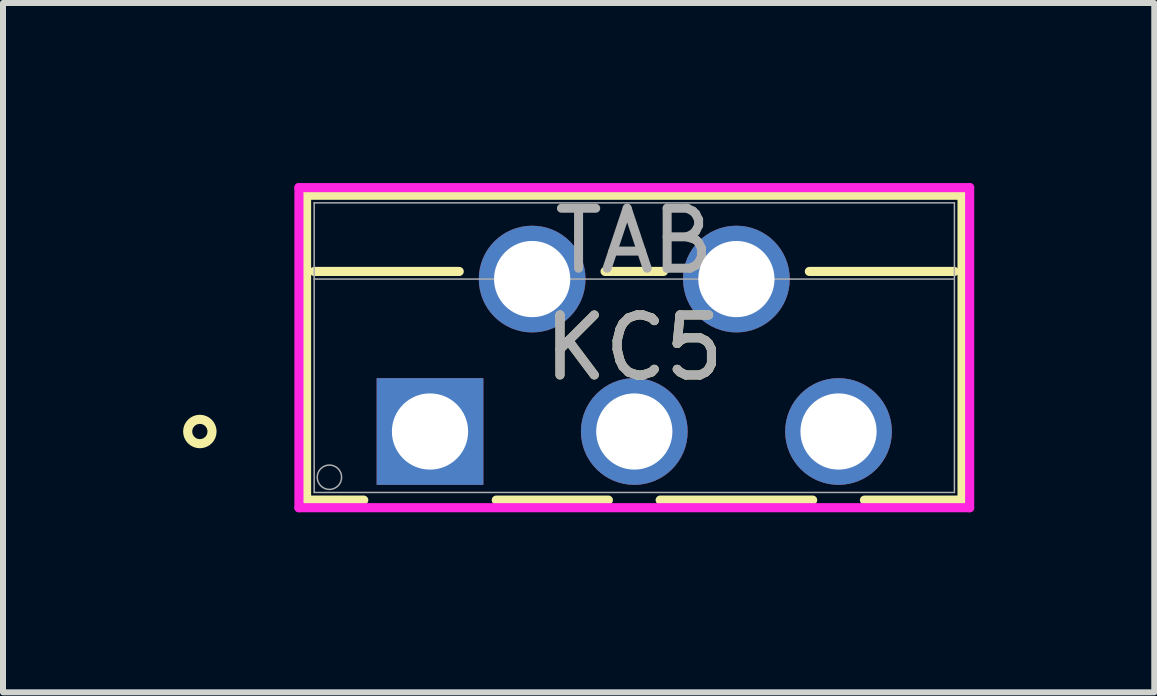
<source format=kicad_pcb>
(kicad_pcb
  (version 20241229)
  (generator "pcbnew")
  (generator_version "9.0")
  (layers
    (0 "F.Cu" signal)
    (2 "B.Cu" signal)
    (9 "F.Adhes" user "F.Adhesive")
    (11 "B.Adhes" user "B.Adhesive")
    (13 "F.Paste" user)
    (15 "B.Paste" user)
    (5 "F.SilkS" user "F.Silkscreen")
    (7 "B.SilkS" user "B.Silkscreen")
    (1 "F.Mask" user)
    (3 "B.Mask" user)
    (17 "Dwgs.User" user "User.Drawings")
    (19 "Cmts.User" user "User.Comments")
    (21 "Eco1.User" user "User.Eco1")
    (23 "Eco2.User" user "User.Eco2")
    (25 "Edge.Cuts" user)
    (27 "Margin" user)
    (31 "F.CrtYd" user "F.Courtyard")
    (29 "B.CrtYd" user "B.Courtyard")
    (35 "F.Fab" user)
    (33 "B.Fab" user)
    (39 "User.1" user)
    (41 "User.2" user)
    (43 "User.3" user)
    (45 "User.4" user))
  (footprint "KC5"
    (layer "F.Cu")
    (at 4.115 4.14)
    (property "Reference" "KC5" (at 3.404 -1.397 0) (unlocked yes) (layer "F.SilkS") (effects (font (size 1 1) (thickness 0.15))))
    (attr through_hole)
    (fp_line (start -2.057 -3.937) (end -2.057 1.143) (stroke (width 0.152) (type solid)) (layer "F.SilkS"))
    (fp_line (start -2.057 1.143) (end -1.104 1.143) (stroke (width 0.152) (type solid)) (layer "F.SilkS"))
    (fp_line (start -1.93 -2.667) (end 0.487 -2.667) (stroke (width 0.152) (type solid)) (layer "F.SilkS"))
    (fp_line (start 1.104 1.143) (end 2.972 1.143) (stroke (width 0.152) (type solid)) (layer "F.SilkS"))
    (fp_line (start 2.917 -2.667) (end 3.89 -2.667) (stroke (width 0.152) (type solid)) (layer "F.SilkS"))
    (fp_line (start 3.835 1.143) (end 6.376 1.143) (stroke (width 0.152) (type solid)) (layer "F.SilkS"))
    (fp_line (start 6.321 -2.667) (end 8.738 -2.667) (stroke (width 0.152) (type solid)) (layer "F.SilkS"))
    (fp_line (start 7.239 1.143) (end 8.865 1.143) (stroke (width 0.152) (type solid)) (layer "F.SilkS"))
    (fp_line (start 8.865 -3.937) (end -2.057 -3.937) (stroke (width 0.152) (type solid)) (layer "F.SilkS"))
    (fp_line (start 8.865 1.143) (end 8.865 -3.937) (stroke (width 0.152) (type solid)) (layer "F.SilkS"))
    (fp_circle (center -3.835 0) (end -3.632 0) (stroke (width 0.152) (type solid)) (fill no) (layer "F.SilkS"))
    (fp_line (start -2.184 -4.064) (end -2.184 1.27) (stroke (width 0.152) (type solid)) (layer "F.CrtYd"))
    (fp_line (start -2.184 1.27) (end 8.992 1.27) (stroke (width 0.152) (type solid)) (layer "F.CrtYd"))
    (fp_line (start 8.992 -4.064) (end -2.184 -4.064) (stroke (width 0.152) (type solid)) (layer "F.CrtYd"))
    (fp_line (start 8.992 1.27) (end 8.992 -4.064) (stroke (width 0.152) (type solid)) (layer "F.CrtYd"))
    (fp_line (start -1.93 -3.81) (end -1.93 1.016) (stroke (width 0.025) (type solid)) (layer "F.Fab"))
    (fp_line (start -1.93 -2.54) (end 8.738 -2.54) (stroke (width 0.025) (type solid)) (layer "F.Fab"))
    (fp_line (start -1.93 1.016) (end 8.738 1.016) (stroke (width 0.025) (type solid)) (layer "F.Fab"))
    (fp_line (start 8.738 -3.81) (end -1.93 -3.81) (stroke (width 0.025) (type solid)) (layer "F.Fab"))
    (fp_line (start 8.738 1.016) (end 8.738 -3.81) (stroke (width 0.025) (type solid)) (layer "F.Fab"))
    (fp_circle (center -1.676 0.762) (end -1.473 0.762) (stroke (width 0.025) (type solid)) (fill no) (layer "F.Fab"))
    (fp_text user "${REFERENCE}" (at 3.404 -1.397 0) (unlocked yes) (layer "F.Fab") (effects (font (size 1 1) (thickness 0.15))))
    (fp_text user "TAB" (at 3.404 -3.175 0) (unlocked yes) (layer "F.Fab") (effects (font (size 1 1) (thickness 0.15))))
    (pad "1" thru_hole rect (at 0 0) (size 1.778 1.778) (drill 1.27) (layers "*.Cu" "*.Mask"))
    (pad "2" thru_hole circle (at 1.702 -2.54) (size 1.778 1.778) (drill 1.27) (layers "*.Cu" "*.Mask"))
    (pad "3" thru_hole circle (at 3.404 0) (size 1.778 1.778) (drill 1.27) (layers "*.Cu" "*.Mask"))
    (pad "4" thru_hole circle (at 5.105 -2.54) (size 1.778 1.778) (drill 1.27) (layers "*.Cu" "*.Mask"))
    (pad "5" thru_hole circle (at 6.807 0) (size 1.778 1.778) (drill 1.27) (layers "*.Cu" "*.Mask")))
  (gr_rect
    (start -3 -3)
    (end 16.183 8.486)
    (stroke (width 0.1) (type default))
    (fill no)
    (layer "Edge.Cuts")))
</source>
